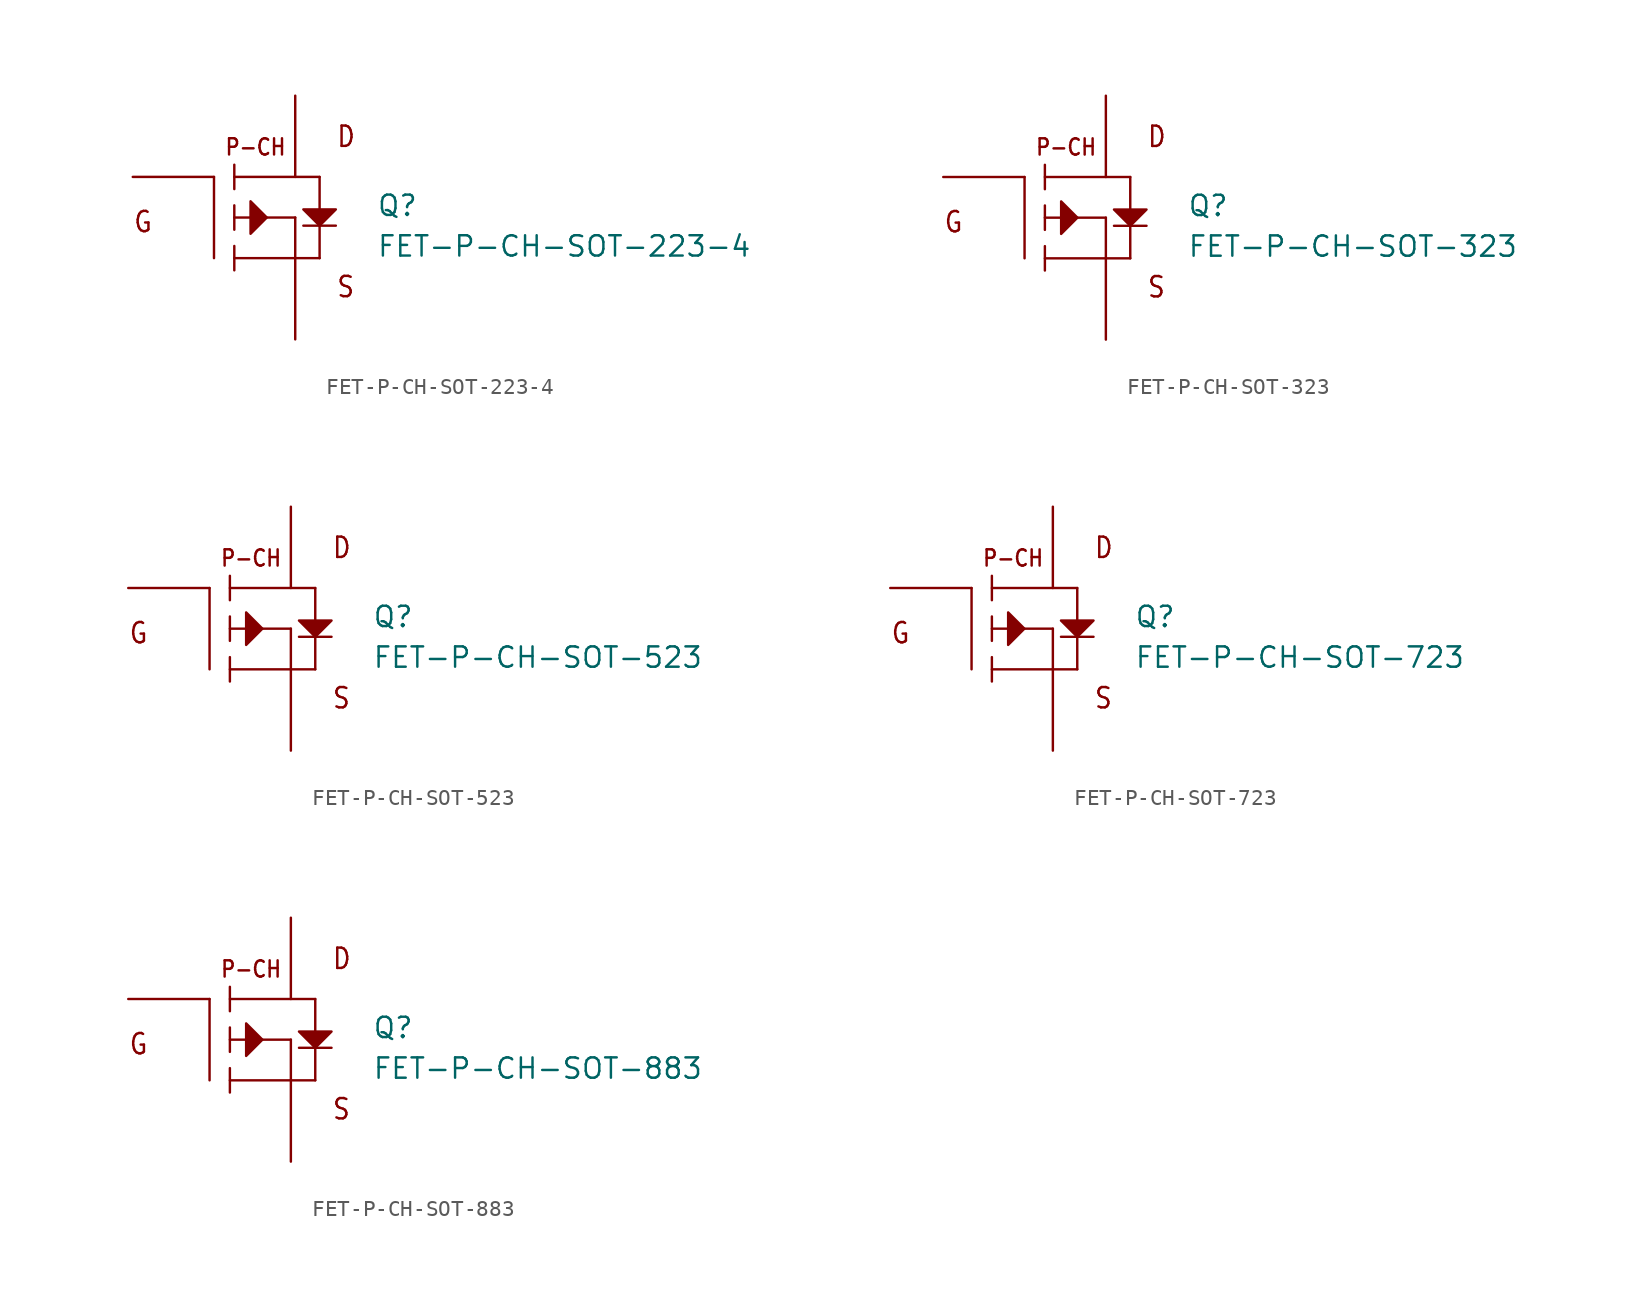
<source format=kicad_sym>
(kicad_symbol_lib
  (version 20211014)
  (generator kicad_symbol_editor)
  (symbol "FET-P-CH-SOT-223-4"
    (pin_numbers hide)
    (pin_names hide)
    (property "Reference" "Q"
      (at 7.62 0 0)
      (effects (font (size 1.27 1.27)) (justify left bottom)))
    (property "Value" "FET-P-CH-SOT-223-4"
      (at 7.62 -2.54 0)
      (effects (font (size 1.27 1.27)) (justify left bottom)))
    (property "Datasheet" ""
      (at 0 0 0))
    (property "ki_fp_filters" "FlashPCB_Transistors:SOT-223-4 FlashPCB_Transistors:SOT-223-4_NOSILK"
      (at 0 0 0))
    (symbol "FET-P-CH-SOT-223-4_1_1"
      (text "G" (at -7.62 -1.016 0) (effects (font (size 1.27 1.086)) (justify left bottom)))
      (text "D" (at 5.08 4.318 0) (effects (font (size 1.27 1.086)) (justify left bottom)))
      (text "S" (at 5.08 -5.08 0) (effects (font (size 1.27 1.086)) (justify left bottom)))
      (text "P-CH" (at -1.905 3.81 0) (effects (font (size 1.016 0.869)) (justify left bottom)))
      (polyline (pts (xy 0.762 0) (xy -0.254 1.016) (xy -0.254 -1.016) (xy 0.762 0)) (stroke (width 0.152) (type default)) (fill (type outline)))
      (polyline (pts (xy 3.048 0.508) (xy 5.08 0.508) (xy 4.064 -0.508) (xy 3.048 0.508)) (stroke (width 0.152) (type default)) (fill (type outline)))
      (polyline (pts (xy -2.54 -2.54) (xy -2.54 2.54)) (stroke (width 0.152)) (fill (type none)))
      (polyline (pts (xy 4.064 -2.54) (xy 2.54 -2.54)) (stroke (width 0.152)) (fill (type none)))
      (polyline (pts (xy 2.54 -2.54) (xy -1.27 -2.54)) (stroke (width 0.152)) (fill (type none)))
      (polyline (pts (xy 2.54 0) (xy -1.27 0)) (stroke (width 0.152)) (fill (type none)))
      (polyline (pts (xy 4.064 2.54) (xy -1.27 2.54)) (stroke (width 0.152)) (fill (type none)))
      (polyline (pts (xy -1.27 3.302) (xy -1.27 1.778)) (stroke (width 0.152)) (fill (type none)))
      (polyline (pts (xy -1.27 0.762) (xy -1.27 -0.762)) (stroke (width 0.152)) (fill (type none)))
      (polyline (pts (xy -1.27 -1.778) (xy -1.27 -3.302)) (stroke (width 0.152)) (fill (type none)))
      (polyline (pts (xy 4.064 -2.54) (xy 4.064 2.54)) (stroke (width 0.152)) (fill (type none)))
      (polyline (pts (xy 3.048 -0.508) (xy 5.08 -0.508)) (stroke (width 0.152)) (fill (type none)))
      (polyline (pts (xy 2.54 0) (xy 2.54 -2.54)) (stroke (width 0.152)) (fill (type none)))
      (circle private (center 0 0) (radius 5.68) (stroke (width 0.152) (type default)) (fill (type none)))
      (pin bidirectional line (at -7.62 2.54 0) (length 5.08) (name "GATE" (effects (font (size 0 0)))) (number "1" (effects (font (size 0 0)))))
      (pin bidirectional line (at 2.54 -7.62 90) (length 5.08) (name "SOURCE" (effects (font (size 0 0)))) (number "3" (effects (font (size 0 0)))))
      (pin bidirectional line (at 2.54 7.62 270) (length 5.08) (name "DRAIN" (effects (font (size 0 0)))) (number "2" (effects (font (size 0 0)))))
      (pin bidirectional line (at 2.54 7.62 270) (length 5.08) hide (name "DRAIN" (effects (font (size 0 0)))) (number "4" (effects (font (size 0 0)))))))
  (symbol "FET-P-CH-SOT-323"
    (pin_numbers hide)
    (pin_names hide)
    (property "Reference" "Q"
      (at 7.62 0 0)
      (effects (font (size 1.27 1.27)) (justify left bottom)))
    (property "Value" "FET-P-CH-SOT-323"
      (at 7.62 -2.54 0)
      (effects (font (size 1.27 1.27)) (justify left bottom)))
    (property "Datasheet" ""
      (at 0 0 0))
    (property "ki_fp_filters" "FlashPCB_Transistors:SOT-323 FlashPCB_Transistors:SOT-323_NOSILK"
      (at 0 0 0))
    (symbol "FET-P-CH-SOT-323_1_1"
      (text "G" (at -7.62 -1.016 0) (effects (font (size 1.27 1.086)) (justify left bottom)))
      (text "D" (at 5.08 4.318 0) (effects (font (size 1.27 1.086)) (justify left bottom)))
      (text "S" (at 5.08 -5.08 0) (effects (font (size 1.27 1.086)) (justify left bottom)))
      (text "P-CH" (at -1.905 3.81 0) (effects (font (size 1.016 0.869)) (justify left bottom)))
      (polyline (pts (xy 0.762 0) (xy -0.254 1.016) (xy -0.254 -1.016) (xy 0.762 0)) (stroke (width 0.152) (type default)) (fill (type outline)))
      (polyline (pts (xy 3.048 0.508) (xy 5.08 0.508) (xy 4.064 -0.508) (xy 3.048 0.508)) (stroke (width 0.152) (type default)) (fill (type outline)))
      (polyline (pts (xy -2.54 -2.54) (xy -2.54 2.54)) (stroke (width 0.152)) (fill (type none)))
      (polyline (pts (xy 4.064 -2.54) (xy 2.54 -2.54)) (stroke (width 0.152)) (fill (type none)))
      (polyline (pts (xy 2.54 -2.54) (xy -1.27 -2.54)) (stroke (width 0.152)) (fill (type none)))
      (polyline (pts (xy 2.54 0) (xy -1.27 0)) (stroke (width 0.152)) (fill (type none)))
      (polyline (pts (xy 4.064 2.54) (xy -1.27 2.54)) (stroke (width 0.152)) (fill (type none)))
      (polyline (pts (xy -1.27 3.302) (xy -1.27 1.778)) (stroke (width 0.152)) (fill (type none)))
      (polyline (pts (xy -1.27 0.762) (xy -1.27 -0.762)) (stroke (width 0.152)) (fill (type none)))
      (polyline (pts (xy -1.27 -1.778) (xy -1.27 -3.302)) (stroke (width 0.152)) (fill (type none)))
      (polyline (pts (xy 4.064 -2.54) (xy 4.064 2.54)) (stroke (width 0.152)) (fill (type none)))
      (polyline (pts (xy 3.048 -0.508) (xy 5.08 -0.508)) (stroke (width 0.152)) (fill (type none)))
      (polyline (pts (xy 2.54 0) (xy 2.54 -2.54)) (stroke (width 0.152)) (fill (type none)))
      (circle private (center 0 0) (radius 5.68) (stroke (width 0.152) (type default)) (fill (type none)))
      (pin bidirectional line (at -7.62 2.54 0) (length 5.08) (name "GATE" (effects (font (size 0 0)))) (number "1" (effects (font (size 0 0)))))
      (pin bidirectional line (at 2.54 -7.62 90) (length 5.08) (name "SOURCE" (effects (font (size 0 0)))) (number "2" (effects (font (size 0 0)))))
      (pin bidirectional line (at 2.54 7.62 270) (length 5.08) (name "DRAIN" (effects (font (size 0 0)))) (number "3" (effects (font (size 0 0)))))))
  (symbol "FET-P-CH-SOT-523"
    (pin_numbers hide)
    (pin_names hide)
    (property "Reference" "Q"
      (at 7.62 0 0)
      (effects (font (size 1.27 1.27)) (justify left bottom)))
    (property "Value" "FET-P-CH-SOT-523"
      (at 7.62 -2.54 0)
      (effects (font (size 1.27 1.27)) (justify left bottom)))
    (property "Datasheet" ""
      (at 0 0 0))
    (property "ki_fp_filters" "FlashPCB_Transistors:SOT-523 FlashPCB_Transistors:SOT-523_NOSILK"
      (at 0 0 0))
    (symbol "FET-P-CH-SOT-523_1_1"
      (text "G" (at -7.62 -1.016 0) (effects (font (size 1.27 1.086)) (justify left bottom)))
      (text "D" (at 5.08 4.318 0) (effects (font (size 1.27 1.086)) (justify left bottom)))
      (text "S" (at 5.08 -5.08 0) (effects (font (size 1.27 1.086)) (justify left bottom)))
      (text "P-CH" (at -1.905 3.81 0) (effects (font (size 1.016 0.869)) (justify left bottom)))
      (polyline (pts (xy 0.762 0) (xy -0.254 1.016) (xy -0.254 -1.016) (xy 0.762 0)) (stroke (width 0.152) (type default)) (fill (type outline)))
      (polyline (pts (xy 3.048 0.508) (xy 5.08 0.508) (xy 4.064 -0.508) (xy 3.048 0.508)) (stroke (width 0.152) (type default)) (fill (type outline)))
      (polyline (pts (xy -2.54 -2.54) (xy -2.54 2.54)) (stroke (width 0.152)) (fill (type none)))
      (polyline (pts (xy 4.064 -2.54) (xy 2.54 -2.54)) (stroke (width 0.152)) (fill (type none)))
      (polyline (pts (xy 2.54 -2.54) (xy -1.27 -2.54)) (stroke (width 0.152)) (fill (type none)))
      (polyline (pts (xy 2.54 0) (xy -1.27 0)) (stroke (width 0.152)) (fill (type none)))
      (polyline (pts (xy 4.064 2.54) (xy -1.27 2.54)) (stroke (width 0.152)) (fill (type none)))
      (polyline (pts (xy -1.27 3.302) (xy -1.27 1.778)) (stroke (width 0.152)) (fill (type none)))
      (polyline (pts (xy -1.27 0.762) (xy -1.27 -0.762)) (stroke (width 0.152)) (fill (type none)))
      (polyline (pts (xy -1.27 -1.778) (xy -1.27 -3.302)) (stroke (width 0.152)) (fill (type none)))
      (polyline (pts (xy 4.064 -2.54) (xy 4.064 2.54)) (stroke (width 0.152)) (fill (type none)))
      (polyline (pts (xy 3.048 -0.508) (xy 5.08 -0.508)) (stroke (width 0.152)) (fill (type none)))
      (polyline (pts (xy 2.54 0) (xy 2.54 -2.54)) (stroke (width 0.152)) (fill (type none)))
      (circle private (center 0 0) (radius 5.68) (stroke (width 0.152) (type default)) (fill (type none)))
      (pin bidirectional line (at -7.62 2.54 0) (length 5.08) (name "GATE" (effects (font (size 0 0)))) (number "1" (effects (font (size 0 0)))))
      (pin bidirectional line (at 2.54 -7.62 90) (length 5.08) (name "SOURCE" (effects (font (size 0 0)))) (number "2" (effects (font (size 0 0)))))
      (pin bidirectional line (at 2.54 7.62 270) (length 5.08) (name "DRAIN" (effects (font (size 0 0)))) (number "3" (effects (font (size 0 0)))))))
  (symbol "FET-P-CH-SOT-723"
    (pin_numbers hide)
    (pin_names hide)
    (property "Reference" "Q"
      (at 7.62 0 0)
      (effects (font (size 1.27 1.27)) (justify left bottom)))
    (property "Value" "FET-P-CH-SOT-723"
      (at 7.62 -2.54 0)
      (effects (font (size 1.27 1.27)) (justify left bottom)))
    (property "Datasheet" ""
      (at 0 0 0))
    (property "ki_fp_filters" "FlashPCB_Transistors:SOT-723 FlashPCB_Transistors:SOT-723_NOSILK"
      (at 0 0 0))
    (symbol "FET-P-CH-SOT-723_1_1"
      (text "G" (at -7.62 -1.016 0) (effects (font (size 1.27 1.086)) (justify left bottom)))
      (text "D" (at 5.08 4.318 0) (effects (font (size 1.27 1.086)) (justify left bottom)))
      (text "S" (at 5.08 -5.08 0) (effects (font (size 1.27 1.086)) (justify left bottom)))
      (text "P-CH" (at -1.905 3.81 0) (effects (font (size 1.016 0.869)) (justify left bottom)))
      (polyline (pts (xy 0.762 0) (xy -0.254 1.016) (xy -0.254 -1.016) (xy 0.762 0)) (stroke (width 0.152) (type default)) (fill (type outline)))
      (polyline (pts (xy 3.048 0.508) (xy 5.08 0.508) (xy 4.064 -0.508) (xy 3.048 0.508)) (stroke (width 0.152) (type default)) (fill (type outline)))
      (polyline (pts (xy -2.54 -2.54) (xy -2.54 2.54)) (stroke (width 0.152)) (fill (type none)))
      (polyline (pts (xy 4.064 -2.54) (xy 2.54 -2.54)) (stroke (width 0.152)) (fill (type none)))
      (polyline (pts (xy 2.54 -2.54) (xy -1.27 -2.54)) (stroke (width 0.152)) (fill (type none)))
      (polyline (pts (xy 2.54 0) (xy -1.27 0)) (stroke (width 0.152)) (fill (type none)))
      (polyline (pts (xy 4.064 2.54) (xy -1.27 2.54)) (stroke (width 0.152)) (fill (type none)))
      (polyline (pts (xy -1.27 3.302) (xy -1.27 1.778)) (stroke (width 0.152)) (fill (type none)))
      (polyline (pts (xy -1.27 0.762) (xy -1.27 -0.762)) (stroke (width 0.152)) (fill (type none)))
      (polyline (pts (xy -1.27 -1.778) (xy -1.27 -3.302)) (stroke (width 0.152)) (fill (type none)))
      (polyline (pts (xy 4.064 -2.54) (xy 4.064 2.54)) (stroke (width 0.152)) (fill (type none)))
      (polyline (pts (xy 3.048 -0.508) (xy 5.08 -0.508)) (stroke (width 0.152)) (fill (type none)))
      (polyline (pts (xy 2.54 0) (xy 2.54 -2.54)) (stroke (width 0.152)) (fill (type none)))
      (circle private (center 0 0) (radius 5.68) (stroke (width 0.152) (type default)) (fill (type none)))
      (pin bidirectional line (at -7.62 2.54 0) (length 5.08) (name "GATE" (effects (font (size 0 0)))) (number "1" (effects (font (size 0 0)))))
      (pin bidirectional line (at 2.54 -7.62 90) (length 5.08) (name "SOURCE" (effects (font (size 0 0)))) (number "2" (effects (font (size 0 0)))))
      (pin bidirectional line (at 2.54 7.62 270) (length 5.08) (name "DRAIN" (effects (font (size 0 0)))) (number "3" (effects (font (size 0 0)))))))
  (symbol "FET-P-CH-SOT-883"
    (pin_numbers hide)
    (pin_names hide)
    (property "Reference" "Q"
      (at 7.62 0 0)
      (effects (font (size 1.27 1.27)) (justify left bottom)))
    (property "Value" "FET-P-CH-SOT-883"
      (at 7.62 -2.54 0)
      (effects (font (size 1.27 1.27)) (justify left bottom)))
    (property "Datasheet" ""
      (at 0 0 0))
    (property "ki_fp_filters" "FlashPCB_Transistors:SOT-883 FlashPCB_Transistors:SOT-883_NOSILK"
      (at 0 0 0))
    (symbol "FET-P-CH-SOT-883_1_1"
      (text "G" (at -7.62 -1.016 0) (effects (font (size 1.27 1.086)) (justify left bottom)))
      (text "D" (at 5.08 4.318 0) (effects (font (size 1.27 1.086)) (justify left bottom)))
      (text "S" (at 5.08 -5.08 0) (effects (font (size 1.27 1.086)) (justify left bottom)))
      (text "P-CH" (at -1.905 3.81 0) (effects (font (size 1.016 0.869)) (justify left bottom)))
      (polyline (pts (xy 0.762 0) (xy -0.254 1.016) (xy -0.254 -1.016) (xy 0.762 0)) (stroke (width 0.152) (type default)) (fill (type outline)))
      (polyline (pts (xy 3.048 0.508) (xy 5.08 0.508) (xy 4.064 -0.508) (xy 3.048 0.508)) (stroke (width 0.152) (type default)) (fill (type outline)))
      (polyline (pts (xy -2.54 -2.54) (xy -2.54 2.54)) (stroke (width 0.152)) (fill (type none)))
      (polyline (pts (xy 4.064 -2.54) (xy 2.54 -2.54)) (stroke (width 0.152)) (fill (type none)))
      (polyline (pts (xy 2.54 -2.54) (xy -1.27 -2.54)) (stroke (width 0.152)) (fill (type none)))
      (polyline (pts (xy 2.54 0) (xy -1.27 0)) (stroke (width 0.152)) (fill (type none)))
      (polyline (pts (xy 4.064 2.54) (xy -1.27 2.54)) (stroke (width 0.152)) (fill (type none)))
      (polyline (pts (xy -1.27 3.302) (xy -1.27 1.778)) (stroke (width 0.152)) (fill (type none)))
      (polyline (pts (xy -1.27 0.762) (xy -1.27 -0.762)) (stroke (width 0.152)) (fill (type none)))
      (polyline (pts (xy -1.27 -1.778) (xy -1.27 -3.302)) (stroke (width 0.152)) (fill (type none)))
      (polyline (pts (xy 4.064 -2.54) (xy 4.064 2.54)) (stroke (width 0.152)) (fill (type none)))
      (polyline (pts (xy 3.048 -0.508) (xy 5.08 -0.508)) (stroke (width 0.152)) (fill (type none)))
      (polyline (pts (xy 2.54 0) (xy 2.54 -2.54)) (stroke (width 0.152)) (fill (type none)))
      (circle private (center 0 0) (radius 5.68) (stroke (width 0.152) (type default)) (fill (type none)))
      (pin bidirectional line (at -7.62 2.54 0) (length 5.08) (name "GATE" (effects (font (size 0 0)))) (number "1" (effects (font (size 0 0)))))
      (pin bidirectional line (at 2.54 -7.62 90) (length 5.08) (name "SOURCE" (effects (font (size 0 0)))) (number "2" (effects (font (size 0 0)))))
      (pin bidirectional line (at 2.54 7.62 270) (length 5.08) (name "DRAIN" (effects (font (size 0 0)))) (number "3" (effects (font (size 0 0))))))))
</source>
